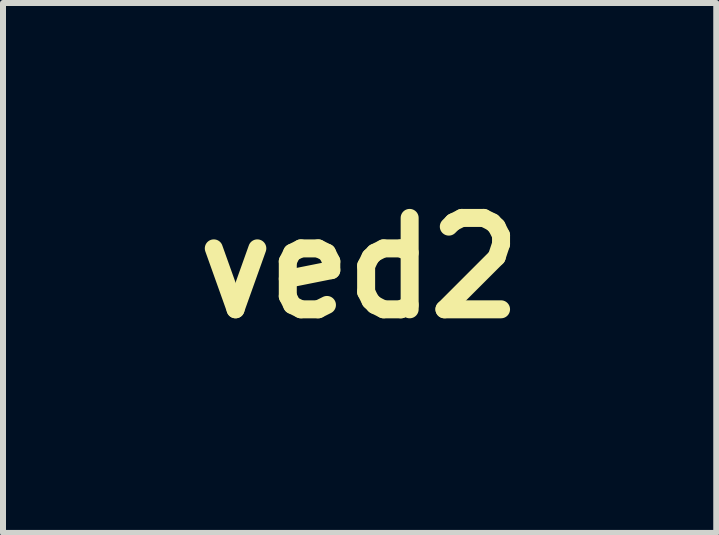
<source format=kicad_pcb>
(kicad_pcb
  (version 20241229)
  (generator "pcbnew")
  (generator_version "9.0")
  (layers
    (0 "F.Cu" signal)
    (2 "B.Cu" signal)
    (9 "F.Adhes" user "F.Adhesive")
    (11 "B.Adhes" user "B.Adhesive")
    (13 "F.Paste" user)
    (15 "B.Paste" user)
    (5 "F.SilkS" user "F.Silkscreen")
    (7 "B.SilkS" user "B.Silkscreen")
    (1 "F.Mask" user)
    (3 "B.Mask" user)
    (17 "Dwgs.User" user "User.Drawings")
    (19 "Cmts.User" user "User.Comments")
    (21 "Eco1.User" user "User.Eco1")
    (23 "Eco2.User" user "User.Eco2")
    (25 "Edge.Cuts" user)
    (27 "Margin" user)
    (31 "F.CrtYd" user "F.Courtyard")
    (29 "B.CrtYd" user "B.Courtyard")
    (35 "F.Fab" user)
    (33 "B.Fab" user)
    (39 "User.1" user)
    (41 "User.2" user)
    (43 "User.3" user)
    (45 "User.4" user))
  (footprint "ved2"
    (layer "F.Cu")
    (at 2.946 1.418)
    (property "Reference" "ved2" (at 0 0 0) (layer "F.SilkS") (effects (font (size 1.524 1.524) (thickness 0.3))))
    (attr through_hole)
    (fp_poly (pts (xy -1.641 -0.685) (xy -1.602 -0.679) (xy -1.581 -0.671) (xy -1.58 -0.669) (xy -1.573 -0.651) (xy -1.558 -0.608) (xy -1.535 -0.543) (xy -1.505 -0.459) (xy -1.469 -0.359) (xy -1.429 -0.246) (xy -1.385 -0.123) (xy -1.36 -0.052) (xy -1.314 0.075) (xy -1.272 0.193) (xy -1.233 0.3) (xy -1.199 0.392) (xy -1.172 0.467) (xy -1.151 0.521) (xy -1.139 0.551) (xy -1.137 0.557) (xy -1.13 0.545) (xy -1.114 0.509) (xy -1.09 0.449) (xy -1.06 0.37) (xy -1.024 0.273) (xy -0.983 0.163) (xy -0.939 0.04) (xy -0.903 -0.06) (xy -0.68 -0.687) (xy -0.586 -0.687) (xy -0.538 -0.686) (xy -0.505 -0.681) (xy -0.494 -0.676) (xy -0.499 -0.66) (xy -0.513 -0.619) (xy -0.536 -0.555) (xy -0.566 -0.472) (xy -0.603 -0.371) (xy -0.645 -0.255) (xy -0.691 -0.128) (xy -0.741 0.008) (xy -0.752 0.037) (xy -1.009 0.74) (xy -1.263 0.748) (xy -1.52 0.042) (xy -1.571 -0.097) (xy -1.618 -0.226) (xy -1.661 -0.345) (xy -1.698 -0.45) (xy -1.73 -0.538) (xy -1.754 -0.606) (xy -1.771 -0.653) (xy -1.778 -0.675) (xy -1.778 -0.676) (xy -1.765 -0.684) (xy -1.731 -0.687) (xy -1.687 -0.688) (xy -1.641 -0.685)) (stroke (width 0.01) (type solid)) (fill yes) (layer "F.Mask"))
    (fp_poly (pts (xy 1.793 0.747) (xy 1.614 0.747) (xy 1.614 0.695) (xy 1.612 0.66) (xy 1.608 0.643) (xy 1.607 0.642) (xy 1.591 0.65) (xy 1.559 0.669) (xy 1.528 0.688) (xy 1.416 0.744) (xy 1.305 0.771) (xy 1.196 0.769) (xy 1.139 0.755) (xy 1.045 0.711) (xy 0.968 0.642) (xy 0.909 0.55) (xy 0.867 0.436) (xy 0.844 0.299) (xy 0.843 0.285) (xy 0.843 0.177) (xy 1.025 0.177) (xy 1.03 0.302) (xy 1.031 0.308) (xy 1.055 0.419) (xy 1.093 0.504) (xy 1.147 0.564) (xy 1.215 0.598) (xy 1.298 0.605) (xy 1.396 0.587) (xy 1.505 0.544) (xy 1.614 0.491) (xy 1.614 -0.147) (xy 1.538 -0.172) (xy 1.448 -0.193) (xy 1.354 -0.198) (xy 1.267 -0.188) (xy 1.196 -0.164) (xy 1.194 -0.163) (xy 1.125 -0.108) (xy 1.073 -0.031) (xy 1.04 0.065) (xy 1.025 0.177) (xy 0.843 0.177) (xy 0.843 0.145) (xy 0.865 0.017) (xy 0.907 -0.096) (xy 0.969 -0.191) (xy 1.047 -0.268) (xy 1.141 -0.322) (xy 1.249 -0.353) (xy 1.326 -0.359) (xy 1.444 -0.348) (xy 1.513 -0.329) (xy 1.558 -0.312) (xy 1.591 -0.301) (xy 1.602 -0.299) (xy 1.606 -0.313) (xy 1.61 -0.352) (xy 1.612 -0.41) (xy 1.613 -0.484) (xy 1.614 -0.53) (xy 1.614 -0.762) (xy 1.793 -0.762) (xy 1.793 0.747)) (stroke (width 0.01) (type solid)) (fill yes) (layer "F.Mask"))
    (fp_poly (pts (xy 0.273 -0.351) (xy 0.326 -0.343) (xy 0.369 -0.329) (xy 0.415 -0.307) (xy 0.415 -0.307) (xy 0.493 -0.254) (xy 0.551 -0.188) (xy 0.591 -0.105) (xy 0.615 -0.003) (xy 0.624 0.086) (xy 0.632 0.224) (xy -0.164 0.224) (xy -0.164 0.271) (xy -0.15 0.364) (xy -0.11 0.451) (xy -0.048 0.523) (xy 0.02 0.571) (xy 0.107 0.6) (xy 0.209 0.611) (xy 0.317 0.603) (xy 0.425 0.577) (xy 0.525 0.534) (xy 0.533 0.529) (xy 0.571 0.508) (xy 0.598 0.495) (xy 0.604 0.493) (xy 0.608 0.507) (xy 0.612 0.542) (xy 0.613 0.588) (xy 0.613 0.683) (xy 0.482 0.722) (xy 0.365 0.749) (xy 0.244 0.762) (xy 0.127 0.76) (xy 0.024 0.744) (xy -0.01 0.734) (xy -0.121 0.683) (xy -0.209 0.614) (xy -0.274 0.526) (xy -0.317 0.419) (xy -0.339 0.291) (xy -0.341 0.174) (xy -0.332 0.09) (xy -0.168 0.09) (xy 0.466 0.09) (xy 0.456 0.026) (xy 0.432 -0.054) (xy 0.392 -0.124) (xy 0.34 -0.175) (xy 0.318 -0.188) (xy 0.242 -0.211) (xy 0.154 -0.216) (xy 0.068 -0.204) (xy 0.000475 -0.179) (xy -0.065 -0.129) (xy -0.118 -0.065) (xy -0.153 0.006) (xy -0.159 0.034) (xy -0.168 0.09) (xy -0.332 0.09) (xy -0.328 0.047) (xy -0.299 -0.058) (xy -0.252 -0.147) (xy -0.185 -0.225) (xy -0.18 -0.229) (xy -0.097 -0.293) (xy -0.006 -0.334) (xy 0.099 -0.354) (xy 0.202 -0.356) (xy 0.273 -0.351)) (stroke (width 0.01) (type solid)) (fill yes) (layer "F.Mask")))
  (gr_rect
    (start -3 -3)
    (end 8.893 5.836)
    (stroke (width 0.1) (type default))
    (fill no)
    (layer "Edge.Cuts")))
</source>
